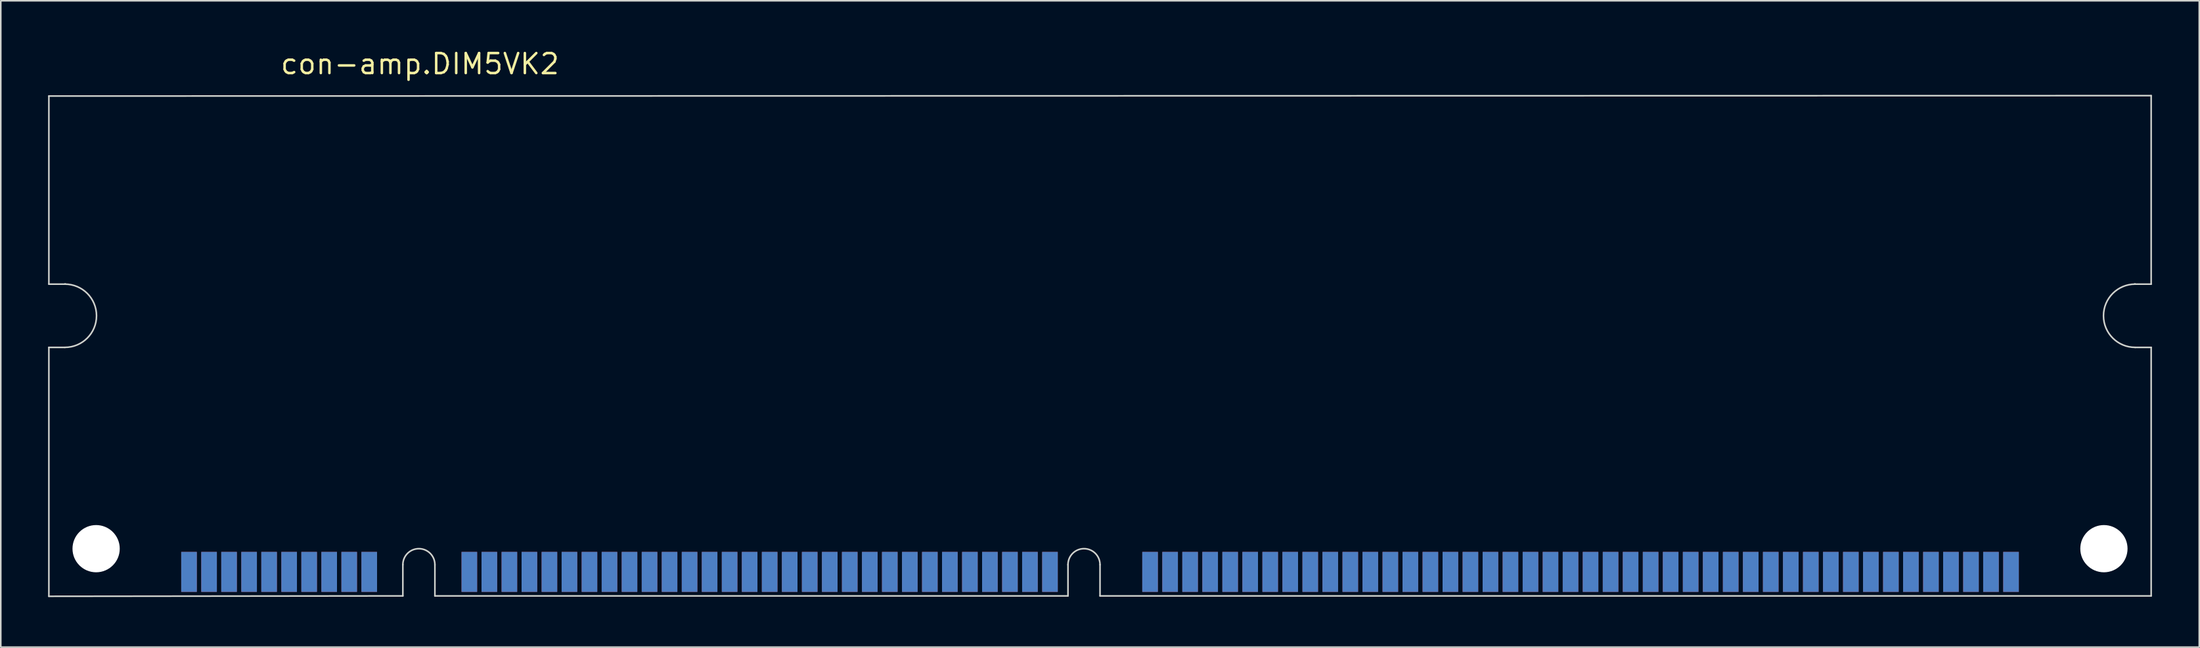
<source format=kicad_pcb>
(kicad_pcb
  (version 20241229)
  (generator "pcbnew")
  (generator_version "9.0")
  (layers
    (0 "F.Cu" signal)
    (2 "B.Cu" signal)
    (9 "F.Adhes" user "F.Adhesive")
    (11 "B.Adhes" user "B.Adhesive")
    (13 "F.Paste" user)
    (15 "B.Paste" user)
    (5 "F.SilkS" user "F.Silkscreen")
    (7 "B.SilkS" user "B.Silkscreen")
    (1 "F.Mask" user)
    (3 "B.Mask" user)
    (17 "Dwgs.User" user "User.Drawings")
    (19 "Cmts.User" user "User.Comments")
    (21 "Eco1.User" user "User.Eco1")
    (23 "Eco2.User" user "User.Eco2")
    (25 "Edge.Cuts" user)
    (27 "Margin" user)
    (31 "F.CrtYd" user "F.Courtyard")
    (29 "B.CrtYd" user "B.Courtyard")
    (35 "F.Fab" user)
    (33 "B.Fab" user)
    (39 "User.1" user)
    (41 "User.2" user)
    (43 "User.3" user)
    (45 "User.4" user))
  (footprint "con-amp.DIM5VK2"
    (layer "F.Cu")
    (at 66.725 34.77)
    (property "Reference" "con-amp.DIM5VK2" (at -52.07 -33.02 0) (layer "F.SilkS") (effects (font (size 1.27 1.27) (thickness 0.16)) (justify left bottom)))
    (attr smd)
    (fp_line (start -66.675 -31.725) (end 66.675 -31.75) (stroke (width 0.1) (type default)) (layer "Edge.Cuts"))
    (fp_line (start -66.675 -19.787) (end -66.675 -31.725) (stroke (width 0.1) (type default)) (layer "Edge.Cuts"))
    (fp_line (start -66.675 0.025) (end -66.675 -15.773) (stroke (width 0.1) (type default)) (layer "Edge.Cuts"))
    (fp_line (start -65.659 -19.787) (end -66.675 -19.787) (stroke (width 0.1) (type default)) (layer "Edge.Cuts"))
    (fp_line (start -65.659 -15.773) (end -66.675 -15.773) (stroke (width 0.1) (type default)) (layer "Edge.Cuts"))
    (fp_line (start -65.608 -19.787) (end -65.659 -19.787) (stroke (width 0.1) (type default)) (layer "Edge.Cuts"))
    (fp_line (start -44.221 -1.981) (end -44.221 0) (stroke (width 0.1) (type default)) (layer "Edge.Cuts"))
    (fp_line (start -44.221 0) (end -66.675 0.025) (stroke (width 0.1) (type default)) (layer "Edge.Cuts"))
    (fp_line (start -42.189 -1.981) (end -42.189 0) (stroke (width 0.1) (type default)) (layer "Edge.Cuts"))
    (fp_line (start -2.032 -1.981) (end -2.032 0) (stroke (width 0.1) (type default)) (layer "Edge.Cuts"))
    (fp_line (start -2.032 0) (end -42.189 0) (stroke (width 0.1) (type default)) (layer "Edge.Cuts"))
    (fp_line (start 0 -1.981) (end 0 0) (stroke (width 0.1) (type default)) (layer "Edge.Cuts"))
    (fp_line (start 65.608 -19.787) (end 65.659 -19.787) (stroke (width 0.1) (type default)) (layer "Edge.Cuts"))
    (fp_line (start 65.659 -19.787) (end 66.675 -19.787) (stroke (width 0.1) (type default)) (layer "Edge.Cuts"))
    (fp_line (start 65.659 -15.773) (end 66.675 -15.773) (stroke (width 0.1) (type default)) (layer "Edge.Cuts"))
    (fp_line (start 66.675 -31.75) (end 66.675 -19.787) (stroke (width 0.1) (type default)) (layer "Edge.Cuts"))
    (fp_line (start 66.675 -15.773) (end 66.675 0) (stroke (width 0.1) (type default)) (layer "Edge.Cuts"))
    (fp_line (start 66.675 0) (end 0 0) (stroke (width 0.1) (type default)) (layer "Edge.Cuts"))
    (fp_arc (start -65.659 -19.7866) (mid -63.6524 -17.78) (end -65.659 -15.7734) (stroke (width 0.1) (type default)) (layer "Edge.Cuts"))
    (fp_arc (start -44.2214 -1.9812) (mid -43.2054 -2.9972) (end -42.1894 -1.9812) (stroke (width 0.1) (type default)) (layer "Edge.Cuts"))
    (fp_arc (start -2.032 -1.9812) (mid -1.016 -2.9972) (end 0 -1.9812) (stroke (width 0.1) (type default)) (layer "Edge.Cuts"))
    (fp_arc (start 65.659 -15.7734) (mid 63.6524 -17.78) (end 65.659 -19.7866) (stroke (width 0.1) (type default)) (layer "Edge.Cuts"))
    (pad "" np_thru_hole circle (at -63.678 -2.997) (size 2.997 2.997) (drill 2.997) (layers "*.Cu" "*.Mask"))
    (pad "" np_thru_hole circle (at 63.678 -2.997) (size 2.997 2.997) (drill 2.997) (layers "*.Cu" "*.Mask"))
    (pad "1" smd roundrect (at -57.785 -1.524) (size 0.991 2.54) (layers "F.Cu" "F.Mask" "F.Paste") (roundrect_rratio 0.01))
    (pad "2" smd roundrect (at -56.515 -1.524) (size 0.991 2.54) (layers "F.Cu" "F.Mask" "F.Paste") (roundrect_rratio 0.01))
    (pad "3" smd roundrect (at -55.245 -1.524) (size 0.991 2.54) (layers "F.Cu" "F.Mask" "F.Paste") (roundrect_rratio 0.01))
    (pad "4" smd roundrect (at -53.975 -1.524) (size 0.991 2.54) (layers "F.Cu" "F.Mask" "F.Paste") (roundrect_rratio 0.01))
    (pad "5" smd roundrect (at -52.705 -1.524) (size 0.991 2.54) (layers "F.Cu" "F.Mask" "F.Paste") (roundrect_rratio 0.01))
    (pad "6" smd roundrect (at -51.435 -1.524) (size 0.991 2.54) (layers "F.Cu" "F.Mask" "F.Paste") (roundrect_rratio 0.01))
    (pad "7" smd roundrect (at -50.165 -1.524) (size 0.991 2.54) (layers "F.Cu" "F.Mask" "F.Paste") (roundrect_rratio 0.01))
    (pad "8" smd roundrect (at -48.895 -1.524) (size 0.991 2.54) (layers "F.Cu" "F.Mask" "F.Paste") (roundrect_rratio 0.01))
    (pad "9" smd roundrect (at -47.625 -1.524) (size 0.991 2.54) (layers "F.Cu" "F.Mask" "F.Paste") (roundrect_rratio 0.01))
    (pad "10" smd roundrect (at -46.355 -1.524) (size 0.991 2.54) (layers "F.Cu" "F.Mask" "F.Paste") (roundrect_rratio 0.01))
    (pad "11" smd roundrect (at -40.005 -1.524) (size 0.991 2.54) (layers "F.Cu" "F.Mask" "F.Paste") (roundrect_rratio 0.01))
    (pad "12" smd roundrect (at -38.735 -1.524) (size 0.991 2.54) (layers "F.Cu" "F.Mask" "F.Paste") (roundrect_rratio 0.01))
    (pad "13" smd roundrect (at -37.465 -1.524) (size 0.991 2.54) (layers "F.Cu" "F.Mask" "F.Paste") (roundrect_rratio 0.01))
    (pad "14" smd roundrect (at -36.195 -1.524) (size 0.991 2.54) (layers "F.Cu" "F.Mask" "F.Paste") (roundrect_rratio 0.01))
    (pad "15" smd roundrect (at -34.925 -1.524) (size 0.991 2.54) (layers "F.Cu" "F.Mask" "F.Paste") (roundrect_rratio 0.01))
    (pad "16" smd roundrect (at -33.655 -1.524) (size 0.991 2.54) (layers "F.Cu" "F.Mask" "F.Paste") (roundrect_rratio 0.01))
    (pad "17" smd roundrect (at -32.385 -1.524) (size 0.991 2.54) (layers "F.Cu" "F.Mask" "F.Paste") (roundrect_rratio 0.01))
    (pad "18" smd roundrect (at -31.115 -1.524) (size 0.991 2.54) (layers "F.Cu" "F.Mask" "F.Paste") (roundrect_rratio 0.01))
    (pad "19" smd roundrect (at -29.845 -1.524) (size 0.991 2.54) (layers "F.Cu" "F.Mask" "F.Paste") (roundrect_rratio 0.01))
    (pad "20" smd roundrect (at -28.575 -1.524) (size 0.991 2.54) (layers "F.Cu" "F.Mask" "F.Paste") (roundrect_rratio 0.01))
    (pad "21" smd roundrect (at -27.305 -1.524) (size 0.991 2.54) (layers "F.Cu" "F.Mask" "F.Paste") (roundrect_rratio 0.01))
    (pad "22" smd roundrect (at -26.035 -1.524) (size 0.991 2.54) (layers "F.Cu" "F.Mask" "F.Paste") (roundrect_rratio 0.01))
    (pad "23" smd roundrect (at -24.765 -1.524) (size 0.991 2.54) (layers "F.Cu" "F.Mask" "F.Paste") (roundrect_rratio 0.01))
    (pad "24" smd roundrect (at -23.495 -1.524) (size 0.991 2.54) (layers "F.Cu" "F.Mask" "F.Paste") (roundrect_rratio 0.01))
    (pad "25" smd roundrect (at -22.225 -1.524) (size 0.991 2.54) (layers "F.Cu" "F.Mask" "F.Paste") (roundrect_rratio 0.01))
    (pad "26" smd roundrect (at -20.955 -1.524) (size 0.991 2.54) (layers "F.Cu" "F.Mask" "F.Paste") (roundrect_rratio 0.01))
    (pad "27" smd roundrect (at -19.685 -1.524) (size 0.991 2.54) (layers "F.Cu" "F.Mask" "F.Paste") (roundrect_rratio 0.01))
    (pad "28" smd roundrect (at -18.415 -1.524) (size 0.991 2.54) (layers "F.Cu" "F.Mask" "F.Paste") (roundrect_rratio 0.01))
    (pad "29" smd roundrect (at -17.145 -1.524) (size 0.991 2.54) (layers "F.Cu" "F.Mask" "F.Paste") (roundrect_rratio 0.01))
    (pad "30" smd roundrect (at -15.875 -1.524) (size 0.991 2.54) (layers "F.Cu" "F.Mask" "F.Paste") (roundrect_rratio 0.01))
    (pad "31" smd roundrect (at -14.605 -1.524) (size 0.991 2.54) (layers "F.Cu" "F.Mask" "F.Paste") (roundrect_rratio 0.01))
    (pad "32" smd roundrect (at -13.335 -1.524) (size 0.991 2.54) (layers "F.Cu" "F.Mask" "F.Paste") (roundrect_rratio 0.01))
    (pad "33" smd roundrect (at -12.065 -1.524) (size 0.991 2.54) (layers "F.Cu" "F.Mask" "F.Paste") (roundrect_rratio 0.01))
    (pad "34" smd roundrect (at -10.795 -1.524) (size 0.991 2.54) (layers "F.Cu" "F.Mask" "F.Paste") (roundrect_rratio 0.01))
    (pad "35" smd roundrect (at -9.525 -1.524) (size 0.991 2.54) (layers "F.Cu" "F.Mask" "F.Paste") (roundrect_rratio 0.01))
    (pad "36" smd roundrect (at -8.255 -1.524) (size 0.991 2.54) (layers "F.Cu" "F.Mask" "F.Paste") (roundrect_rratio 0.01))
    (pad "37" smd roundrect (at -6.985 -1.524) (size 0.991 2.54) (layers "F.Cu" "F.Mask" "F.Paste") (roundrect_rratio 0.01))
    (pad "38" smd roundrect (at -5.715 -1.524) (size 0.991 2.54) (layers "F.Cu" "F.Mask" "F.Paste") (roundrect_rratio 0.01))
    (pad "39" smd roundrect (at -4.445 -1.524) (size 0.991 2.54) (layers "F.Cu" "F.Mask" "F.Paste") (roundrect_rratio 0.01))
    (pad "40" smd roundrect (at -3.175 -1.524) (size 0.991 2.54) (layers "F.Cu" "F.Mask" "F.Paste") (roundrect_rratio 0.01))
    (pad "41" smd roundrect (at 3.175 -1.524) (size 0.991 2.54) (layers "F.Cu" "F.Mask" "F.Paste") (roundrect_rratio 0.01))
    (pad "42" smd roundrect (at 4.445 -1.524) (size 0.991 2.54) (layers "F.Cu" "F.Mask" "F.Paste") (roundrect_rratio 0.01))
    (pad "43" smd roundrect (at 5.715 -1.524) (size 0.991 2.54) (layers "F.Cu" "F.Mask" "F.Paste") (roundrect_rratio 0.01))
    (pad "44" smd roundrect (at 6.985 -1.524) (size 0.991 2.54) (layers "F.Cu" "F.Mask" "F.Paste") (roundrect_rratio 0.01))
    (pad "45" smd roundrect (at 8.255 -1.524) (size 0.991 2.54) (layers "F.Cu" "F.Mask" "F.Paste") (roundrect_rratio 0.01))
    (pad "46" smd roundrect (at 9.525 -1.524) (size 0.991 2.54) (layers "F.Cu" "F.Mask" "F.Paste") (roundrect_rratio 0.01))
    (pad "47" smd roundrect (at 10.795 -1.524) (size 0.991 2.54) (layers "F.Cu" "F.Mask" "F.Paste") (roundrect_rratio 0.01))
    (pad "48" smd roundrect (at 12.065 -1.524) (size 0.991 2.54) (layers "F.Cu" "F.Mask" "F.Paste") (roundrect_rratio 0.01))
    (pad "49" smd roundrect (at 13.335 -1.524) (size 0.991 2.54) (layers "F.Cu" "F.Mask" "F.Paste") (roundrect_rratio 0.01))
    (pad "50" smd roundrect (at 14.605 -1.524) (size 0.991 2.54) (layers "F.Cu" "F.Mask" "F.Paste") (roundrect_rratio 0.01))
    (pad "51" smd roundrect (at 15.875 -1.524) (size 0.991 2.54) (layers "F.Cu" "F.Mask" "F.Paste") (roundrect_rratio 0.01))
    (pad "52" smd roundrect (at 17.145 -1.524) (size 0.991 2.54) (layers "F.Cu" "F.Mask" "F.Paste") (roundrect_rratio 0.01))
    (pad "53" smd roundrect (at 18.415 -1.524) (size 0.991 2.54) (layers "F.Cu" "F.Mask" "F.Paste") (roundrect_rratio 0.01))
    (pad "54" smd roundrect (at 19.685 -1.524) (size 0.991 2.54) (layers "F.Cu" "F.Mask" "F.Paste") (roundrect_rratio 0.01))
    (pad "55" smd roundrect (at 20.955 -1.524) (size 0.991 2.54) (layers "F.Cu" "F.Mask" "F.Paste") (roundrect_rratio 0.01))
    (pad "56" smd roundrect (at 22.225 -1.524) (size 0.991 2.54) (layers "F.Cu" "F.Mask" "F.Paste") (roundrect_rratio 0.01))
    (pad "57" smd roundrect (at 23.495 -1.524) (size 0.991 2.54) (layers "F.Cu" "F.Mask" "F.Paste") (roundrect_rratio 0.01))
    (pad "58" smd roundrect (at 24.765 -1.524) (size 0.991 2.54) (layers "F.Cu" "F.Mask" "F.Paste") (roundrect_rratio 0.01))
    (pad "59" smd roundrect (at 26.035 -1.524) (size 0.991 2.54) (layers "F.Cu" "F.Mask" "F.Paste") (roundrect_rratio 0.01))
    (pad "60" smd roundrect (at 27.305 -1.524) (size 0.991 2.54) (layers "F.Cu" "F.Mask" "F.Paste") (roundrect_rratio 0.01))
    (pad "61" smd roundrect (at 28.575 -1.524) (size 0.991 2.54) (layers "F.Cu" "F.Mask" "F.Paste") (roundrect_rratio 0.01))
    (pad "62" smd roundrect (at 29.845 -1.524) (size 0.991 2.54) (layers "F.Cu" "F.Mask" "F.Paste") (roundrect_rratio 0.01))
    (pad "63" smd roundrect (at 31.115 -1.524) (size 0.991 2.54) (layers "F.Cu" "F.Mask" "F.Paste") (roundrect_rratio 0.01))
    (pad "64" smd roundrect (at 32.385 -1.524) (size 0.991 2.54) (layers "F.Cu" "F.Mask" "F.Paste") (roundrect_rratio 0.01))
    (pad "65" smd roundrect (at 33.655 -1.524) (size 0.991 2.54) (layers "F.Cu" "F.Mask" "F.Paste") (roundrect_rratio 0.01))
    (pad "66" smd roundrect (at 34.925 -1.524) (size 0.991 2.54) (layers "F.Cu" "F.Mask" "F.Paste") (roundrect_rratio 0.01))
    (pad "67" smd roundrect (at 36.195 -1.524) (size 0.991 2.54) (layers "F.Cu" "F.Mask" "F.Paste") (roundrect_rratio 0.01))
    (pad "68" smd roundrect (at 37.465 -1.524) (size 0.991 2.54) (layers "F.Cu" "F.Mask" "F.Paste") (roundrect_rratio 0.01))
    (pad "69" smd roundrect (at 38.735 -1.524) (size 0.991 2.54) (layers "F.Cu" "F.Mask" "F.Paste") (roundrect_rratio 0.01))
    (pad "70" smd roundrect (at 40.005 -1.524) (size 0.991 2.54) (layers "F.Cu" "F.Mask" "F.Paste") (roundrect_rratio 0.01))
    (pad "71" smd roundrect (at 41.275 -1.524) (size 0.991 2.54) (layers "F.Cu" "F.Mask" "F.Paste") (roundrect_rratio 0.01))
    (pad "72" smd roundrect (at 42.545 -1.524) (size 0.991 2.54) (layers "F.Cu" "F.Mask" "F.Paste") (roundrect_rratio 0.01))
    (pad "73" smd roundrect (at 43.815 -1.524) (size 0.991 2.54) (layers "F.Cu" "F.Mask" "F.Paste") (roundrect_rratio 0.01))
    (pad "74" smd roundrect (at 45.085 -1.524) (size 0.991 2.54) (layers "F.Cu" "F.Mask" "F.Paste") (roundrect_rratio 0.01))
    (pad "75" smd roundrect (at 46.355 -1.524) (size 0.991 2.54) (layers "F.Cu" "F.Mask" "F.Paste") (roundrect_rratio 0.01))
    (pad "76" smd roundrect (at 47.625 -1.524) (size 0.991 2.54) (layers "F.Cu" "F.Mask" "F.Paste") (roundrect_rratio 0.01))
    (pad "77" smd roundrect (at 48.895 -1.524) (size 0.991 2.54) (layers "F.Cu" "F.Mask" "F.Paste") (roundrect_rratio 0.01))
    (pad "78" smd roundrect (at 50.165 -1.524) (size 0.991 2.54) (layers "F.Cu" "F.Mask" "F.Paste") (roundrect_rratio 0.01))
    (pad "79" smd roundrect (at 51.435 -1.524) (size 0.991 2.54) (layers "F.Cu" "F.Mask" "F.Paste") (roundrect_rratio 0.01))
    (pad "80" smd roundrect (at 52.705 -1.524) (size 0.991 2.54) (layers "F.Cu" "F.Mask" "F.Paste") (roundrect_rratio 0.01))
    (pad "81" smd roundrect (at 53.975 -1.524) (size 0.991 2.54) (layers "F.Cu" "F.Mask" "F.Paste") (roundrect_rratio 0.01))
    (pad "82" smd roundrect (at 55.245 -1.524) (size 0.991 2.54) (layers "F.Cu" "F.Mask" "F.Paste") (roundrect_rratio 0.01))
    (pad "83" smd roundrect (at 56.515 -1.524) (size 0.991 2.54) (layers "F.Cu" "F.Mask" "F.Paste") (roundrect_rratio 0.01))
    (pad "84" smd roundrect (at 57.785 -1.524) (size 0.991 2.54) (layers "F.Cu" "F.Mask" "F.Paste") (roundrect_rratio 0.01))
    (pad "85" smd roundrect (at -57.785 -1.524) (size 0.991 2.54) (layers "B.Cu" "B.Mask" "B.Paste") (roundrect_rratio 0.01))
    (pad "86" smd roundrect (at -56.515 -1.524) (size 0.991 2.54) (layers "B.Cu" "B.Mask" "B.Paste") (roundrect_rratio 0.01))
    (pad "87" smd roundrect (at -55.245 -1.524) (size 0.991 2.54) (layers "B.Cu" "B.Mask" "B.Paste") (roundrect_rratio 0.01))
    (pad "88" smd roundrect (at -53.975 -1.524) (size 0.991 2.54) (layers "B.Cu" "B.Mask" "B.Paste") (roundrect_rratio 0.01))
    (pad "89" smd roundrect (at -52.705 -1.524) (size 0.991 2.54) (layers "B.Cu" "B.Mask" "B.Paste") (roundrect_rratio 0.01))
    (pad "90" smd roundrect (at -51.435 -1.524) (size 0.991 2.54) (layers "B.Cu" "B.Mask" "B.Paste") (roundrect_rratio 0.01))
    (pad "91" smd roundrect (at -50.165 -1.524) (size 0.991 2.54) (layers "B.Cu" "B.Mask" "B.Paste") (roundrect_rratio 0.01))
    (pad "92" smd roundrect (at -48.895 -1.524) (size 0.991 2.54) (layers "B.Cu" "B.Mask" "B.Paste") (roundrect_rratio 0.01))
    (pad "93" smd roundrect (at -47.625 -1.524) (size 0.991 2.54) (layers "B.Cu" "B.Mask" "B.Paste") (roundrect_rratio 0.01))
    (pad "94" smd roundrect (at -46.355 -1.524) (size 0.991 2.54) (layers "B.Cu" "B.Mask" "B.Paste") (roundrect_rratio 0.01))
    (pad "95" smd roundrect (at -40.005 -1.524) (size 0.991 2.54) (layers "B.Cu" "B.Mask" "B.Paste") (roundrect_rratio 0.01))
    (pad "96" smd roundrect (at -38.735 -1.524) (size 0.991 2.54) (layers "B.Cu" "B.Mask" "B.Paste") (roundrect_rratio 0.01))
    (pad "97" smd roundrect (at -37.465 -1.524) (size 0.991 2.54) (layers "B.Cu" "B.Mask" "B.Paste") (roundrect_rratio 0.01))
    (pad "98" smd roundrect (at -36.195 -1.524) (size 0.991 2.54) (layers "B.Cu" "B.Mask" "B.Paste") (roundrect_rratio 0.01))
    (pad "99" smd roundrect (at -34.925 -1.524) (size 0.991 2.54) (layers "B.Cu" "B.Mask" "B.Paste") (roundrect_rratio 0.01))
    (pad "100" smd roundrect (at -33.655 -1.524) (size 0.991 2.54) (layers "B.Cu" "B.Mask" "B.Paste") (roundrect_rratio 0.01))
    (pad "101" smd roundrect (at -32.385 -1.524) (size 0.991 2.54) (layers "B.Cu" "B.Mask" "B.Paste") (roundrect_rratio 0.01))
    (pad "102" smd roundrect (at -31.115 -1.524) (size 0.991 2.54) (layers "B.Cu" "B.Mask" "B.Paste") (roundrect_rratio 0.01))
    (pad "103" smd roundrect (at -29.845 -1.524) (size 0.991 2.54) (layers "B.Cu" "B.Mask" "B.Paste") (roundrect_rratio 0.01))
    (pad "104" smd roundrect (at -28.575 -1.524) (size 0.991 2.54) (layers "B.Cu" "B.Mask" "B.Paste") (roundrect_rratio 0.01))
    (pad "105" smd roundrect (at -27.305 -1.524) (size 0.991 2.54) (layers "B.Cu" "B.Mask" "B.Paste") (roundrect_rratio 0.01))
    (pad "106" smd roundrect (at -26.035 -1.524) (size 0.991 2.54) (layers "B.Cu" "B.Mask" "B.Paste") (roundrect_rratio 0.01))
    (pad "107" smd roundrect (at -24.765 -1.524) (size 0.991 2.54) (layers "B.Cu" "B.Mask" "B.Paste") (roundrect_rratio 0.01))
    (pad "108" smd roundrect (at -23.495 -1.524) (size 0.991 2.54) (layers "B.Cu" "B.Mask" "B.Paste") (roundrect_rratio 0.01))
    (pad "109" smd roundrect (at -22.225 -1.524) (size 0.991 2.54) (layers "B.Cu" "B.Mask" "B.Paste") (roundrect_rratio 0.01))
    (pad "110" smd roundrect (at -20.955 -1.524) (size 0.991 2.54) (layers "B.Cu" "B.Mask" "B.Paste") (roundrect_rratio 0.01))
    (pad "111" smd roundrect (at -19.685 -1.524) (size 0.991 2.54) (layers "B.Cu" "B.Mask" "B.Paste") (roundrect_rratio 0.01))
    (pad "112" smd roundrect (at -18.415 -1.524) (size 0.991 2.54) (layers "B.Cu" "B.Mask" "B.Paste") (roundrect_rratio 0.01))
    (pad "113" smd roundrect (at -17.145 -1.524) (size 0.991 2.54) (layers "B.Cu" "B.Mask" "B.Paste") (roundrect_rratio 0.01))
    (pad "114" smd roundrect (at -15.875 -1.524) (size 0.991 2.54) (layers "B.Cu" "B.Mask" "B.Paste") (roundrect_rratio 0.01))
    (pad "115" smd roundrect (at -14.605 -1.524) (size 0.991 2.54) (layers "B.Cu" "B.Mask" "B.Paste") (roundrect_rratio 0.01))
    (pad "116" smd roundrect (at -13.335 -1.524) (size 0.991 2.54) (layers "B.Cu" "B.Mask" "B.Paste") (roundrect_rratio 0.01))
    (pad "117" smd roundrect (at -12.065 -1.524) (size 0.991 2.54) (layers "B.Cu" "B.Mask" "B.Paste") (roundrect_rratio 0.01))
    (pad "118" smd roundrect (at -10.795 -1.524) (size 0.991 2.54) (layers "B.Cu" "B.Mask" "B.Paste") (roundrect_rratio 0.01))
    (pad "119" smd roundrect (at -9.525 -1.524) (size 0.991 2.54) (layers "B.Cu" "B.Mask" "B.Paste") (roundrect_rratio 0.01))
    (pad "120" smd roundrect (at -8.255 -1.524) (size 0.991 2.54) (layers "B.Cu" "B.Mask" "B.Paste") (roundrect_rratio 0.01))
    (pad "121" smd roundrect (at -6.985 -1.524) (size 0.991 2.54) (layers "B.Cu" "B.Mask" "B.Paste") (roundrect_rratio 0.01))
    (pad "122" smd roundrect (at -5.715 -1.524) (size 0.991 2.54) (layers "B.Cu" "B.Mask" "B.Paste") (roundrect_rratio 0.01))
    (pad "123" smd roundrect (at -4.445 -1.524) (size 0.991 2.54) (layers "B.Cu" "B.Mask" "B.Paste") (roundrect_rratio 0.01))
    (pad "124" smd roundrect (at -3.175 -1.524) (size 0.991 2.54) (layers "B.Cu" "B.Mask" "B.Paste") (roundrect_rratio 0.01))
    (pad "125" smd roundrect (at 3.175 -1.524) (size 0.991 2.54) (layers "B.Cu" "B.Mask" "B.Paste") (roundrect_rratio 0.01))
    (pad "126" smd roundrect (at 4.445 -1.524) (size 0.991 2.54) (layers "B.Cu" "B.Mask" "B.Paste") (roundrect_rratio 0.01))
    (pad "127" smd roundrect (at 5.715 -1.524) (size 0.991 2.54) (layers "B.Cu" "B.Mask" "B.Paste") (roundrect_rratio 0.01))
    (pad "128" smd roundrect (at 6.985 -1.524) (size 0.991 2.54) (layers "B.Cu" "B.Mask" "B.Paste") (roundrect_rratio 0.01))
    (pad "129" smd roundrect (at 8.255 -1.524) (size 0.991 2.54) (layers "B.Cu" "B.Mask" "B.Paste") (roundrect_rratio 0.01))
    (pad "130" smd roundrect (at 9.525 -1.524) (size 0.991 2.54) (layers "B.Cu" "B.Mask" "B.Paste") (roundrect_rratio 0.01))
    (pad "131" smd roundrect (at 10.795 -1.524) (size 0.991 2.54) (layers "B.Cu" "B.Mask" "B.Paste") (roundrect_rratio 0.01))
    (pad "132" smd roundrect (at 12.065 -1.524) (size 0.991 2.54) (layers "B.Cu" "B.Mask" "B.Paste") (roundrect_rratio 0.01))
    (pad "133" smd roundrect (at 13.335 -1.524) (size 0.991 2.54) (layers "B.Cu" "B.Mask" "B.Paste") (roundrect_rratio 0.01))
    (pad "134" smd roundrect (at 14.605 -1.524) (size 0.991 2.54) (layers "B.Cu" "B.Mask" "B.Paste") (roundrect_rratio 0.01))
    (pad "135" smd roundrect (at 15.875 -1.524) (size 0.991 2.54) (layers "B.Cu" "B.Mask" "B.Paste") (roundrect_rratio 0.01))
    (pad "136" smd roundrect (at 17.145 -1.524) (size 0.991 2.54) (layers "B.Cu" "B.Mask" "B.Paste") (roundrect_rratio 0.01))
    (pad "137" smd roundrect (at 18.415 -1.524) (size 0.991 2.54) (layers "B.Cu" "B.Mask" "B.Paste") (roundrect_rratio 0.01))
    (pad "138" smd roundrect (at 19.685 -1.524) (size 0.991 2.54) (layers "B.Cu" "B.Mask" "B.Paste") (roundrect_rratio 0.01))
    (pad "139" smd roundrect (at 20.955 -1.524) (size 0.991 2.54) (layers "B.Cu" "B.Mask" "B.Paste") (roundrect_rratio 0.01))
    (pad "140" smd roundrect (at 22.225 -1.524) (size 0.991 2.54) (layers "B.Cu" "B.Mask" "B.Paste") (roundrect_rratio 0.01))
    (pad "141" smd roundrect (at 23.495 -1.524) (size 0.991 2.54) (layers "B.Cu" "B.Mask" "B.Paste") (roundrect_rratio 0.01))
    (pad "142" smd roundrect (at 24.765 -1.524) (size 0.991 2.54) (layers "B.Cu" "B.Mask" "B.Paste") (roundrect_rratio 0.01))
    (pad "143" smd roundrect (at 26.035 -1.524) (size 0.991 2.54) (layers "B.Cu" "B.Mask" "B.Paste") (roundrect_rratio 0.01))
    (pad "144" smd roundrect (at 27.305 -1.524) (size 0.991 2.54) (layers "B.Cu" "B.Mask" "B.Paste") (roundrect_rratio 0.01))
    (pad "145" smd roundrect (at 28.575 -1.524) (size 0.991 2.54) (layers "B.Cu" "B.Mask" "B.Paste") (roundrect_rratio 0.01))
    (pad "146" smd roundrect (at 29.845 -1.524) (size 0.991 2.54) (layers "B.Cu" "B.Mask" "B.Paste") (roundrect_rratio 0.01))
    (pad "147" smd roundrect (at 31.115 -1.524) (size 0.991 2.54) (layers "B.Cu" "B.Mask" "B.Paste") (roundrect_rratio 0.01))
    (pad "148" smd roundrect (at 32.385 -1.524) (size 0.991 2.54) (layers "B.Cu" "B.Mask" "B.Paste") (roundrect_rratio 0.01))
    (pad "149" smd roundrect (at 33.655 -1.524) (size 0.991 2.54) (layers "B.Cu" "B.Mask" "B.Paste") (roundrect_rratio 0.01))
    (pad "150" smd roundrect (at 34.925 -1.524) (size 0.991 2.54) (layers "B.Cu" "B.Mask" "B.Paste") (roundrect_rratio 0.01))
    (pad "151" smd roundrect (at 36.195 -1.524) (size 0.991 2.54) (layers "B.Cu" "B.Mask" "B.Paste") (roundrect_rratio 0.01))
    (pad "152" smd roundrect (at 37.465 -1.524) (size 0.991 2.54) (layers "B.Cu" "B.Mask" "B.Paste") (roundrect_rratio 0.01))
    (pad "153" smd roundrect (at 38.735 -1.524) (size 0.991 2.54) (layers "B.Cu" "B.Mask" "B.Paste") (roundrect_rratio 0.01))
    (pad "154" smd roundrect (at 40.005 -1.524) (size 0.991 2.54) (layers "B.Cu" "B.Mask" "B.Paste") (roundrect_rratio 0.01))
    (pad "155" smd roundrect (at 41.275 -1.524) (size 0.991 2.54) (layers "B.Cu" "B.Mask" "B.Paste") (roundrect_rratio 0.01))
    (pad "156" smd roundrect (at 42.545 -1.524) (size 0.991 2.54) (layers "B.Cu" "B.Mask" "B.Paste") (roundrect_rratio 0.01))
    (pad "157" smd roundrect (at 43.815 -1.524) (size 0.991 2.54) (layers "B.Cu" "B.Mask" "B.Paste") (roundrect_rratio 0.01))
    (pad "158" smd roundrect (at 45.085 -1.524) (size 0.991 2.54) (layers "B.Cu" "B.Mask" "B.Paste") (roundrect_rratio 0.01))
    (pad "159" smd roundrect (at 46.355 -1.524) (size 0.991 2.54) (layers "B.Cu" "B.Mask" "B.Paste") (roundrect_rratio 0.01))
    (pad "160" smd roundrect (at 47.625 -1.524) (size 0.991 2.54) (layers "B.Cu" "B.Mask" "B.Paste") (roundrect_rratio 0.01))
    (pad "161" smd roundrect (at 48.895 -1.524) (size 0.991 2.54) (layers "B.Cu" "B.Mask" "B.Paste") (roundrect_rratio 0.01))
    (pad "162" smd roundrect (at 50.165 -1.524) (size 0.991 2.54) (layers "B.Cu" "B.Mask" "B.Paste") (roundrect_rratio 0.01))
    (pad "163" smd roundrect (at 51.435 -1.524) (size 0.991 2.54) (layers "B.Cu" "B.Mask" "B.Paste") (roundrect_rratio 0.01))
    (pad "164" smd roundrect (at 52.705 -1.524) (size 0.991 2.54) (layers "B.Cu" "B.Mask" "B.Paste") (roundrect_rratio 0.01))
    (pad "165" smd roundrect (at 53.975 -1.524) (size 0.991 2.54) (layers "B.Cu" "B.Mask" "B.Paste") (roundrect_rratio 0.01))
    (pad "166" smd roundrect (at 55.245 -1.524) (size 0.991 2.54) (layers "B.Cu" "B.Mask" "B.Paste") (roundrect_rratio 0.01))
    (pad "167" smd roundrect (at 56.515 -1.524) (size 0.991 2.54) (layers "B.Cu" "B.Mask" "B.Paste") (roundrect_rratio 0.01))
    (pad "168" smd roundrect (at 57.785 -1.524) (size 0.991 2.54) (layers "B.Cu" "B.Mask" "B.Paste") (roundrect_rratio 0.01)))
  (gr_rect
    (start -3 -3)
    (end 136.45 38.02)
    (stroke (width 0.1) (type default))
    (fill no)
    (layer "Edge.Cuts")))
</source>
